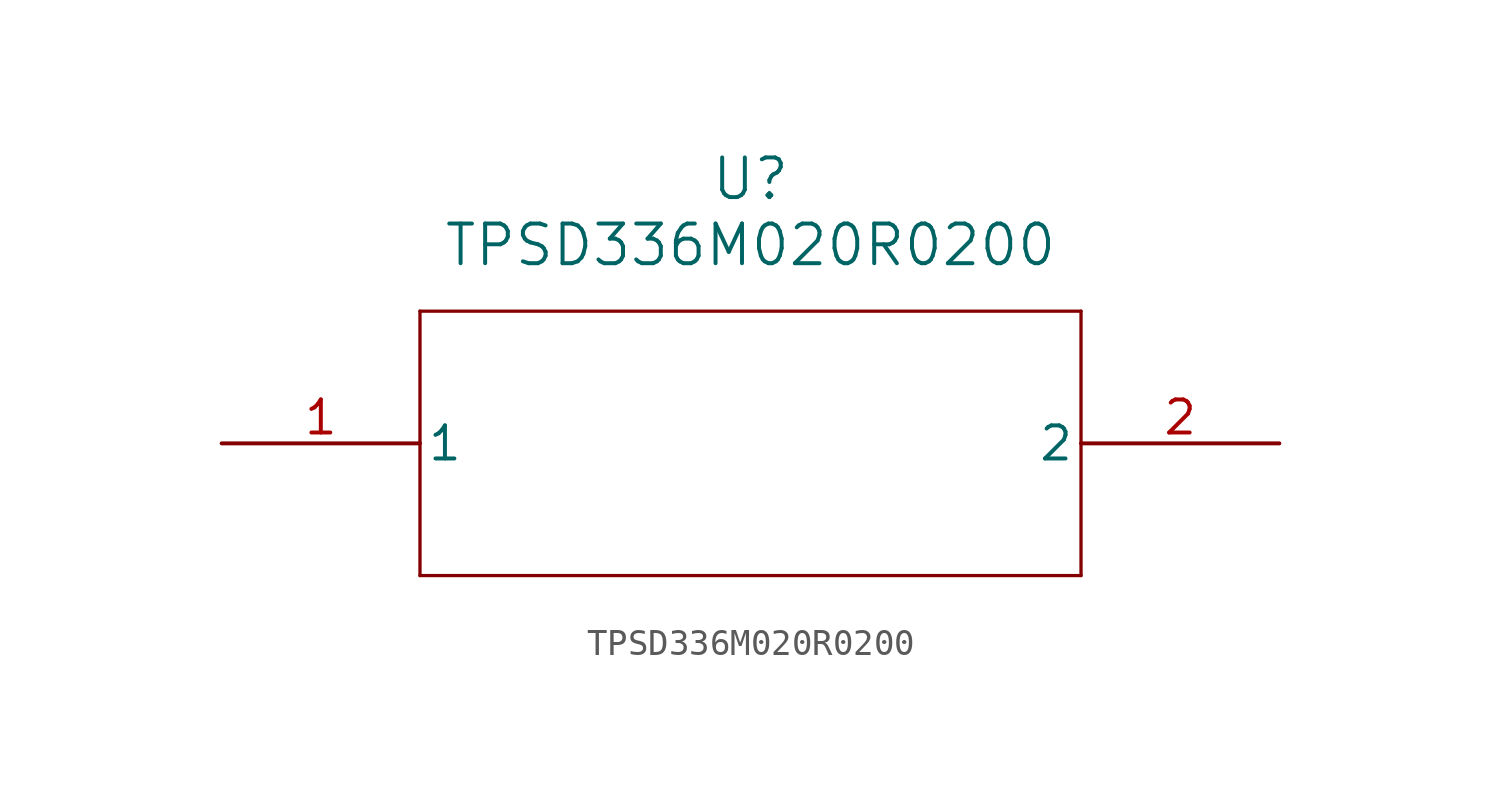
<source format=kicad_sym>
(kicad_symbol_lib
  (version 20211014)
  (generator kicad_symbol_editor)
  (symbol "TPSD336M020R0200"
    (pin_names
      (offset 0.254))
    (property "Reference" "U"
      (at 20.32 10.16 0)
      (effects (font (size 1.524 1.524))))
    (property "Value" "TPSD336M020R0200"
      (at 20.32 7.62 0)
      (effects (font (size 1.524 1.524))))
    (symbol "TPSD336M020R0200_0_1"
      (polyline (pts (xy 7.62 5.08) (xy 7.62 -5.08)) (stroke (width 0.127) (type default) (color 0 0 0 0)) (fill (type none)))
      (polyline (pts (xy 7.62 -5.08) (xy 33.02 -5.08)) (stroke (width 0.127) (type default) (color 0 0 0 0)) (fill (type none)))
      (polyline (pts (xy 33.02 -5.08) (xy 33.02 5.08)) (stroke (width 0.127) (type default) (color 0 0 0 0)) (fill (type none)))
      (polyline (pts (xy 33.02 5.08) (xy 7.62 5.08)) (stroke (width 0.127) (type default) (color 0 0 0 0)) (fill (type none)))
      (pin unspecified line (at 0 0 0) (length 7.62) (name "1" (effects (font (size 1.27 1.27)))) (number "1" (effects (font (size 1.27 1.27)))))
      (pin unspecified line (at 40.64 0 180) (length 7.62) (name "2" (effects (font (size 1.27 1.27)))) (number "2" (effects (font (size 1.27 1.27))))))))
</source>
